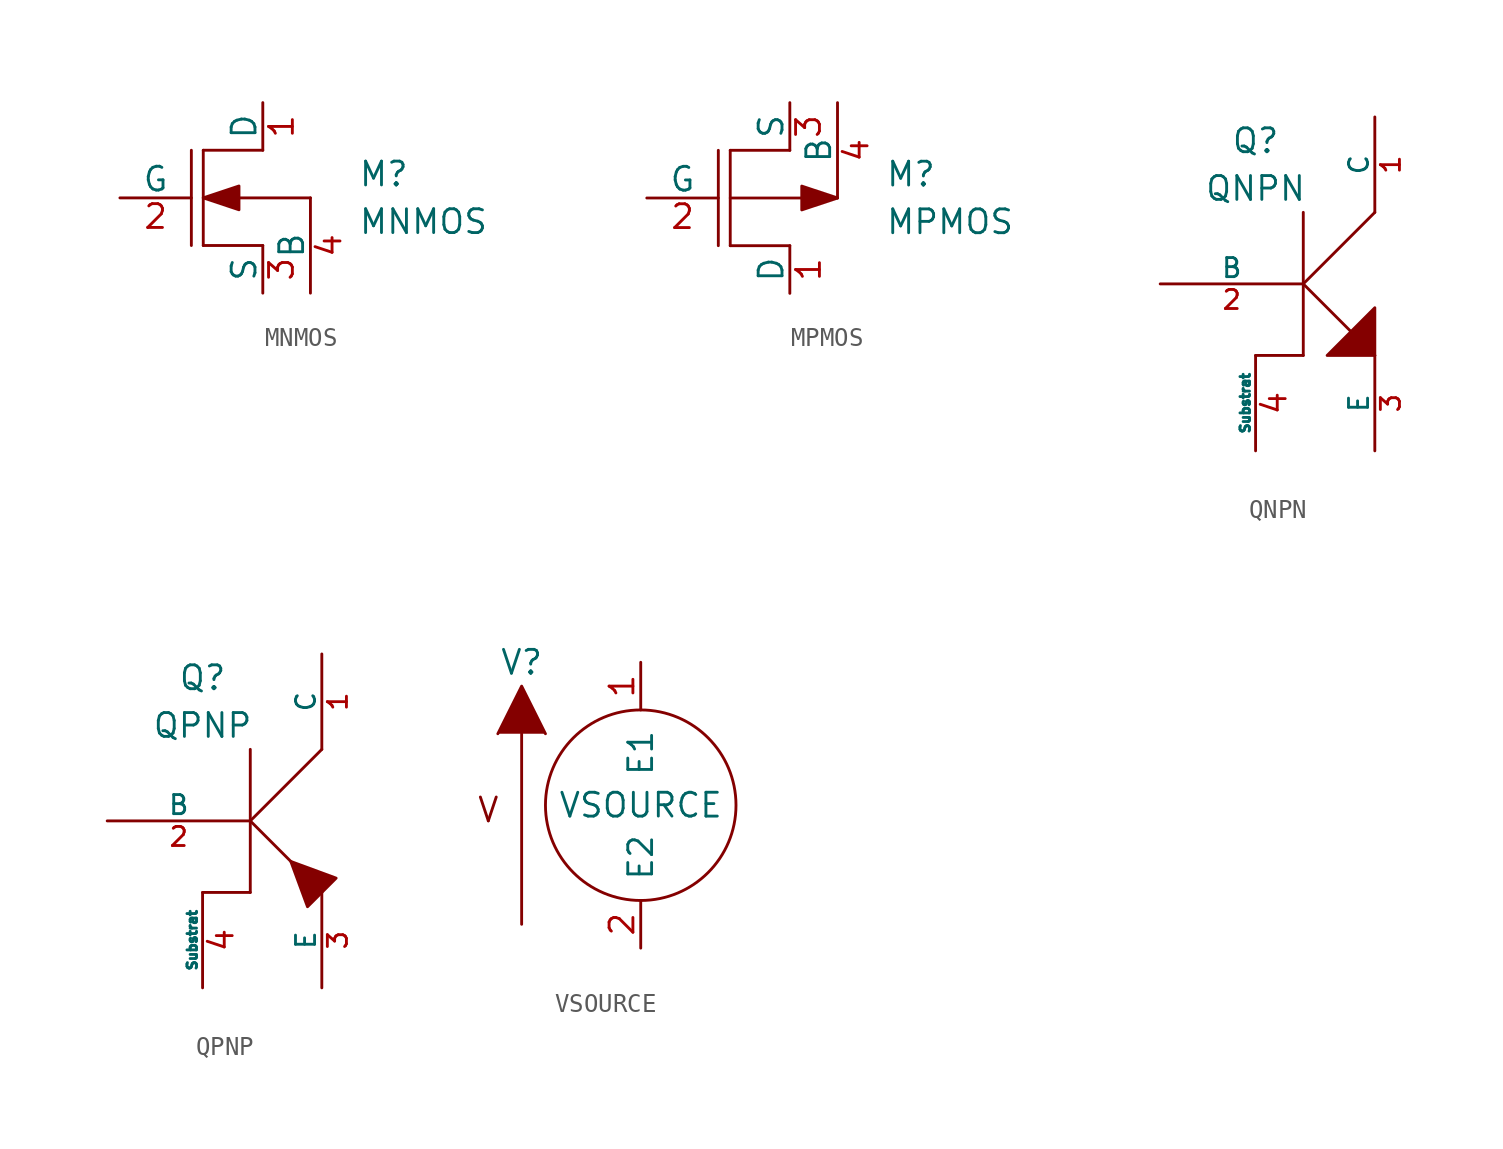
<source format=kicad_sym>
(kicad_symbol_lib
  (version 20211014)
  (generator kicad_symbol_editor)
  (symbol "MNMOS"
    (pin_names
      (offset 0))
    (property "Reference" "M"
      (at 7.62 1.27 0)
      (effects (font (size 1.27 1.27)) (justify left)))
    (property "Value" "MNMOS"
      (at 7.62 -1.27 0)
      (effects (font (size 1.27 1.27)) (justify left)))
    (symbol "MNMOS_0_1"
      (polyline (pts (xy -1.27 -2.54) (xy -1.27 2.54)) (stroke (width 0) (type default) (color 0 0 0 0)) (fill (type none)))
      (polyline (pts (xy -0.635 -2.54) (xy 2.54 -2.54)) (stroke (width 0) (type default) (color 0 0 0 0)) (fill (type none)))
      (polyline (pts (xy 2.54 2.54) (xy -0.635 2.54)) (stroke (width 0) (type default) (color 0 0 0 0)) (fill (type none)))
      (polyline (pts (xy 5.08 0) (xy -0.635 0)) (stroke (width 0) (type default) (color 0 0 0 0)) (fill (type none)))
      (polyline (pts (xy -0.635 0) (xy 1.27 0.635) (xy 1.27 -0.635) (xy -0.635 0)) (stroke (width 0) (type default) (color 0 0 0 0)) (fill (type outline))))
    (symbol "MNMOS_1_1"
      (polyline (pts (xy -0.635 -2.54) (xy -0.635 2.54)) (stroke (width 0) (type default) (color 0 0 0 0)) (fill (type none)))
      (pin passive line (at 2.54 5.08 270) (length 2.54) (name "D" (effects (font (size 1.27 1.27)))) (number "1" (effects (font (size 1.27 1.27)))))
      (pin input line (at -5.08 0 0) (length 3.81) (name "G" (effects (font (size 1.27 1.27)))) (number "2" (effects (font (size 1.27 1.27)))))
      (pin passive line (at 2.54 -5.08 90) (length 2.54) (name "S" (effects (font (size 1.27 1.27)))) (number "3" (effects (font (size 1.27 1.27)))))
      (pin input line (at 5.08 -5.08 90) (length 5.08) (name "B" (effects (font (size 1.27 1.27)))) (number "4" (effects (font (size 1.27 1.27)))))))
  (symbol "MPMOS"
    (pin_names
      (offset 0))
    (property "Reference" "M"
      (at 7.62 1.27 0)
      (effects (font (size 1.27 1.27)) (justify left)))
    (property "Value" "MPMOS"
      (at 7.62 -1.27 0)
      (effects (font (size 1.27 1.27)) (justify left)))
    (symbol "MPMOS_0_1"
      (polyline (pts (xy -1.27 2.54) (xy -1.27 -2.54)) (stroke (width 0) (type default) (color 0 0 0 0)) (fill (type none)))
      (polyline (pts (xy -0.635 -2.54) (xy 2.54 -2.54)) (stroke (width 0) (type default) (color 0 0 0 0)) (fill (type none)))
      (polyline (pts (xy 2.54 2.54) (xy -0.635 2.54)) (stroke (width 0) (type default) (color 0 0 0 0)) (fill (type none)))
      (polyline (pts (xy 5.08 0) (xy -0.635 0)) (stroke (width 0) (type default) (color 0 0 0 0)) (fill (type none)))
      (polyline (pts (xy 5.08 0) (xy 3.175 0.635) (xy 3.175 -0.635) (xy 5.08 0)) (stroke (width 0) (type default) (color 0 0 0 0)) (fill (type outline))))
    (symbol "MPMOS_1_1"
      (polyline (pts (xy -0.635 -2.54) (xy -0.635 2.54)) (stroke (width 0) (type default) (color 0 0 0 0)) (fill (type none)))
      (pin passive line (at 2.54 -5.08 90) (length 2.54) (name "D" (effects (font (size 1.27 1.27)))) (number "1" (effects (font (size 1.27 1.27)))))
      (pin input line (at -5.08 0 0) (length 3.81) (name "G" (effects (font (size 1.27 1.27)))) (number "2" (effects (font (size 1.27 1.27)))))
      (pin passive line (at 2.54 5.08 270) (length 2.54) (name "S" (effects (font (size 1.27 1.27)))) (number "3" (effects (font (size 1.27 1.27)))))
      (pin input line (at 5.08 5.08 270) (length 5.08) (name "B" (effects (font (size 1.27 1.27)))) (number "4" (effects (font (size 1.27 1.27)))))))
  (symbol "QNPN"
    (pin_names
      (offset 0))
    (property "Reference" "Q"
      (at -2.54 7.62 0)
      (effects (font (size 1.27 1.27))))
    (property "Value" "QNPN"
      (at -2.54 5.08 0)
      (effects (font (size 1.27 1.27))))
    (symbol "QNPN_0_0"
      (polyline (pts (xy 0 0) (xy 3.81 -3.81)) (stroke (width 0) (type default) (color 0 0 0 0)) (fill (type none)))
      (polyline (pts (xy 3.81 -3.81) (xy 3.81 -1.27) (xy 1.27 -3.81) (xy 3.81 -3.81)) (stroke (width 0) (type default) (color 0 0 0 0)) (fill (type outline))))
    (symbol "QNPN_0_1"
      (polyline (pts (xy 0 -3.81) (xy 0 3.81)) (stroke (width 0) (type default) (color 0 0 0 0)) (fill (type none)))
      (polyline (pts (xy 0 0) (xy 3.81 3.81)) (stroke (width 0) (type default) (color 0 0 0 0)) (fill (type none)))
      (polyline (pts (xy -2.54 -3.81) (xy 0 -3.81) (xy 0 -3.81) (xy 0 -3.81)) (stroke (width 0) (type default) (color 0 0 0 0)) (fill (type none))))
    (symbol "QNPN_1_1"
      (pin passive line (at 3.81 8.89 270) (length 5.08) (name "C" (effects (font (size 1.016 1.016)))) (number "1" (effects (font (size 1.016 1.016)))))
      (pin input line (at -7.62 0 0) (length 7.62) (name "B" (effects (font (size 1.016 1.016)))) (number "2" (effects (font (size 1.016 1.016)))))
      (pin passive line (at 3.81 -8.89 90) (length 5.08) (name "E" (effects (font (size 1.016 1.016)))) (number "3" (effects (font (size 1.016 1.016)))))
      (pin input line (at -2.54 -8.89 90) (length 5.08) (name "Substrat" (effects (font (size 0.508 0.508)))) (number "4" (effects (font (size 1.27 1.27)))))))
  (symbol "QPNP"
    (pin_names
      (offset 0))
    (property "Reference" "Q"
      (at -2.54 7.62 0)
      (effects (font (size 1.27 1.27))))
    (property "Value" "QPNP"
      (at -2.54 5.08 0)
      (effects (font (size 1.27 1.27))))
    (symbol "QPNP_0_1"
      (polyline (pts (xy 0 -3.81) (xy 0 3.81)) (stroke (width 0) (type default) (color 0 0 0 0)) (fill (type none)))
      (polyline (pts (xy 0 0) (xy 3.81 -3.81)) (stroke (width 0) (type default) (color 0 0 0 0)) (fill (type none)))
      (polyline (pts (xy 0 0) (xy 3.81 3.81)) (stroke (width 0) (type default) (color 0 0 0 0)) (fill (type none)))
      (polyline (pts (xy -2.54 -3.81) (xy 0 -3.81) (xy 0 -3.81)) (stroke (width 0) (type default) (color 0 0 0 0)) (fill (type none)))
      (polyline (pts (xy 3.048 -4.572) (xy 4.572 -3.048) (xy 2.159 -2.159) (xy 3.048 -4.572)) (stroke (width 0) (type default) (color 0 0 0 0)) (fill (type outline))))
    (symbol "QPNP_1_1"
      (pin open_collector line (at 3.81 8.89 270) (length 5.08) (name "C" (effects (font (size 1.016 1.016)))) (number "1" (effects (font (size 1.016 1.016)))))
      (pin input line (at -7.62 0 0) (length 7.62) (name "B" (effects (font (size 1.016 1.016)))) (number "2" (effects (font (size 1.016 1.016)))))
      (pin open_emitter line (at 3.81 -8.89 90) (length 5.08) (name "E" (effects (font (size 1.016 1.016)))) (number "3" (effects (font (size 1.016 1.016)))))
      (pin input line (at -2.54 -8.89 90) (length 5.08) (name "Substrat" (effects (font (size 0.508 0.508)))) (number "4" (effects (font (size 1.27 1.27)))))))
  (symbol "VSOURCE"
    (pin_names
      (offset 1.016))
    (property "Reference" "V"
      (at -6.35 7.62 0)
      (effects (font (size 1.27 1.27))))
    (property "Value" "VSOURCE"
      (at 0 0 0)
      (effects (font (size 1.27 1.27))))
    (symbol "VSOURCE_0_1"
      (polyline (pts (xy -6.35 -6.35) (xy -6.35 3.81)) (stroke (width 0) (type default) (color 0 0 0 0)) (fill (type outline)))
      (polyline (pts (xy -7.62 3.81) (xy -6.35 6.35) (xy -5.08 3.81)) (stroke (width 0) (type default) (color 0 0 0 0)) (fill (type outline)))
      (circle (center 0 0) (radius 5.08) (stroke (width 0) (type default) (color 0 0 0 0)) (fill (type none)))
      (text "V" (at -8.128 -0.254 0) (effects (font (size 1.27 1.27)))))
    (symbol "VSOURCE_1_1"
      (pin input line (at 0 7.62 270) (length 2.54) (name "E1" (effects (font (size 1.27 1.27)))) (number "1" (effects (font (size 1.27 1.27)))))
      (pin input line (at 0 -7.62 90) (length 2.54) (name "E2" (effects (font (size 1.27 1.27)))) (number "2" (effects (font (size 1.27 1.27))))))))
</source>
